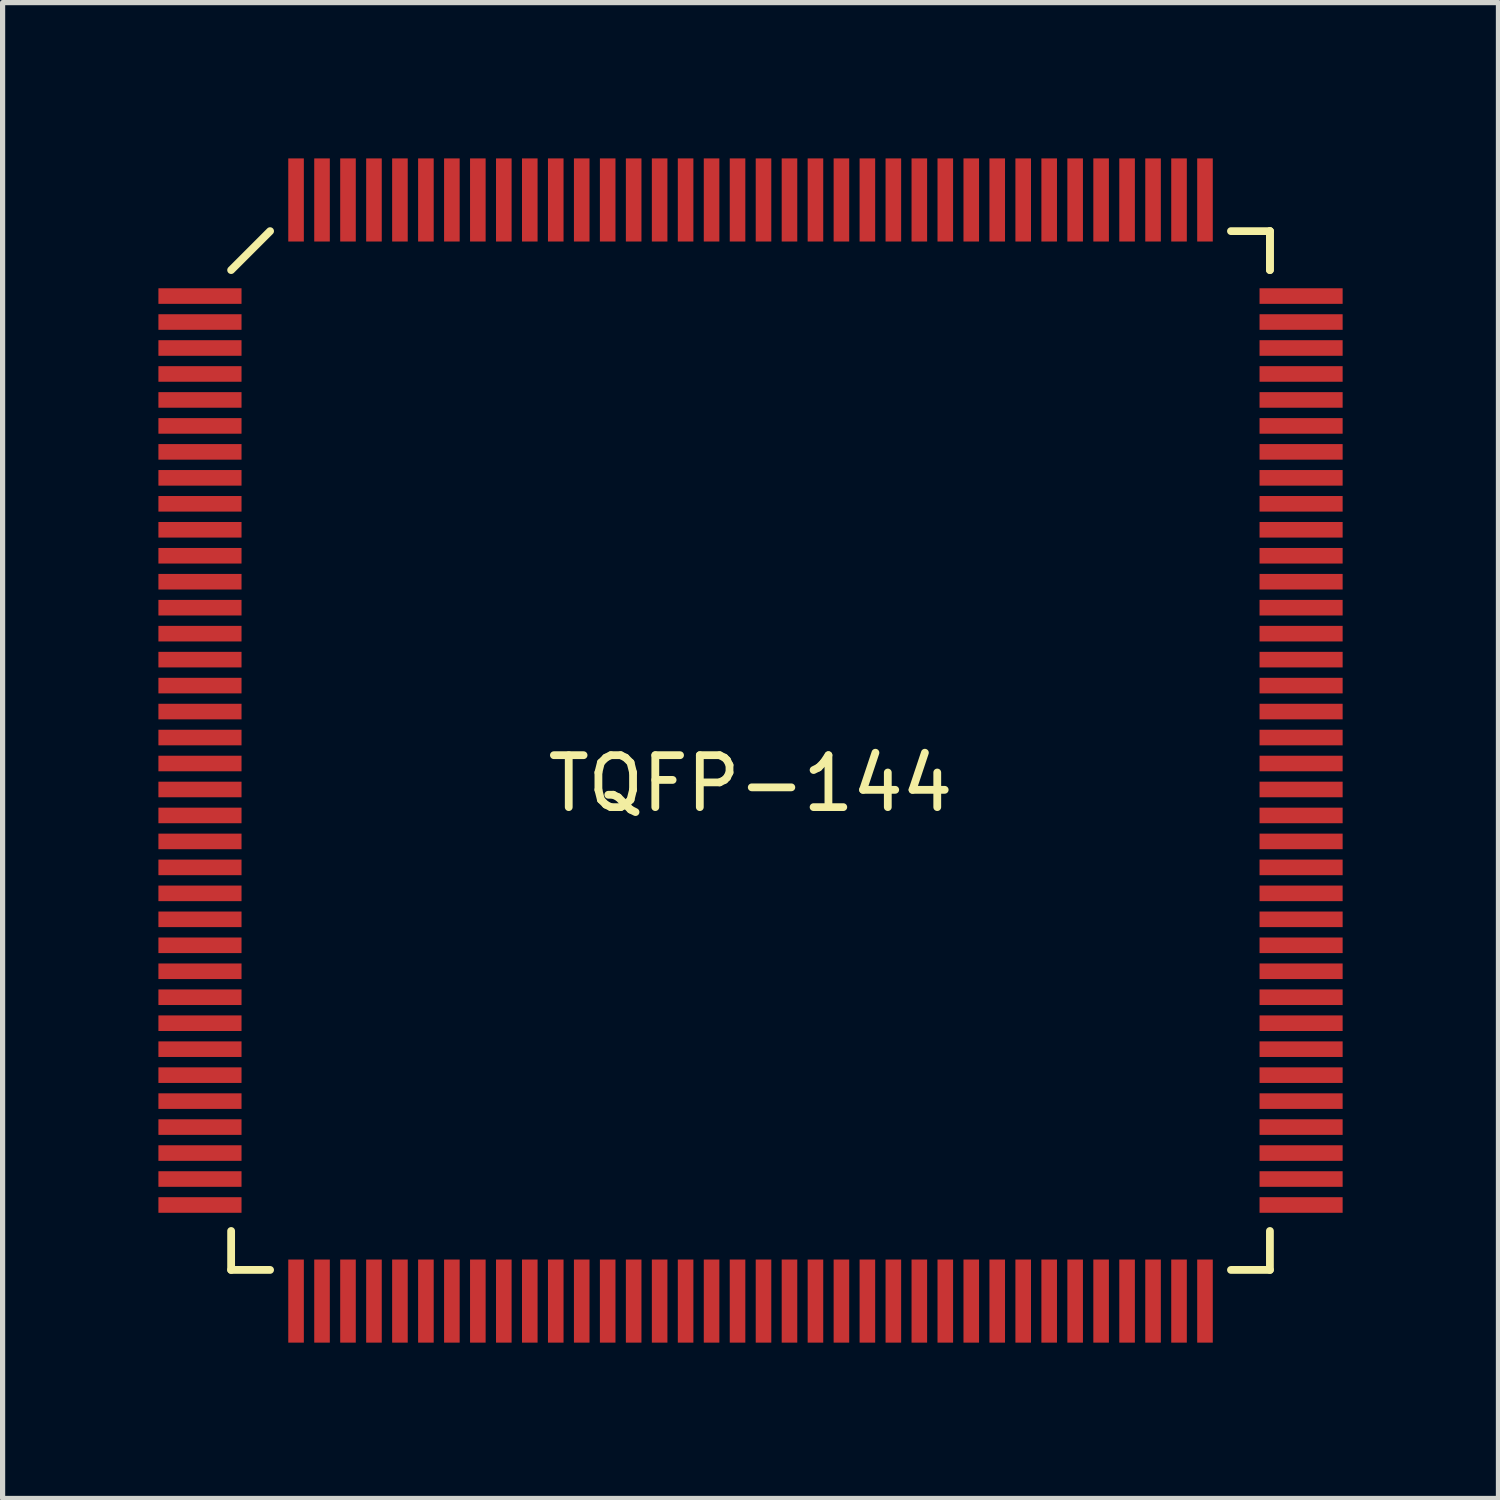
<source format=kicad_pcb>
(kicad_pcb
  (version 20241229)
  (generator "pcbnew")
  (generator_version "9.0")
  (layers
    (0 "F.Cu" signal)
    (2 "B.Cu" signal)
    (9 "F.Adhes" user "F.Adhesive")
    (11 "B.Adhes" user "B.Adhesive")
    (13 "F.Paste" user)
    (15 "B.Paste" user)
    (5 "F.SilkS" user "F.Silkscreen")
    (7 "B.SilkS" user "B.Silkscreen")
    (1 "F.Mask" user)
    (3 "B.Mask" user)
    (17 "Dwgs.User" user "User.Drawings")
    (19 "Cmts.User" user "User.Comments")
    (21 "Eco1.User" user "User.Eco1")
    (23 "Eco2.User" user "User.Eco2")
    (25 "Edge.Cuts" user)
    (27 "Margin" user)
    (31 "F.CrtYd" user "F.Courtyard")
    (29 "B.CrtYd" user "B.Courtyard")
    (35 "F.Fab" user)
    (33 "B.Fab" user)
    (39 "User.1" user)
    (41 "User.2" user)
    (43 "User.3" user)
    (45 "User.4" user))
  (footprint "TQFP-144"
    (layer "F.Cu")
    (at 11.4 11.4)
    (property "Reference" "TQFP-144" (at 0 0.635 0) (layer "F.SilkS") (effects (font (size 1 1) (thickness 0.15))))
    (attr through_hole)
    (fp_line (start -10 9.25) (end -10 10) (stroke (width 0.15) (type solid)) (layer "F.SilkS"))
    (fp_line (start -10 10) (end -9.25 10) (stroke (width 0.15) (type solid)) (layer "F.SilkS"))
    (fp_line (start -9.25 -10) (end -10 -9.25) (stroke (width 0.15) (type solid)) (layer "F.SilkS"))
    (fp_line (start 9.25 10) (end 10 10) (stroke (width 0.15) (type solid)) (layer "F.SilkS"))
    (fp_line (start 10 -10) (end 9.25 -10) (stroke (width 0.15) (type solid)) (layer "F.SilkS"))
    (fp_line (start 10 -10) (end 10 -9.25) (stroke (width 0.15) (type solid)) (layer "F.SilkS"))
    (fp_line (start 10 -9.25) (end 10 -10) (stroke (width 0.15) (type solid)) (layer "F.SilkS"))
    (fp_line (start 10 10) (end 10 9.25) (stroke (width 0.15) (type solid)) (layer "F.SilkS"))
    (pad "1" smd rect (at -10.6 -8.75) (size 1.6 0.3) (layers "F.Cu" "F.Mask" "F.Paste"))
    (pad "2" smd rect (at -10.6 -8.25) (size 1.6 0.3) (layers "F.Cu" "F.Mask" "F.Paste"))
    (pad "3" smd rect (at -10.6 -7.75) (size 1.6 0.3) (layers "F.Cu" "F.Mask" "F.Paste"))
    (pad "4" smd rect (at -10.6 -7.25) (size 1.6 0.3) (layers "F.Cu" "F.Mask" "F.Paste"))
    (pad "5" smd rect (at -10.6 -6.75) (size 1.6 0.3) (layers "F.Cu" "F.Mask" "F.Paste"))
    (pad "6" smd rect (at -10.6 -6.25) (size 1.6 0.3) (layers "F.Cu" "F.Mask" "F.Paste"))
    (pad "7" smd rect (at -10.6 -5.75) (size 1.6 0.3) (layers "F.Cu" "F.Mask" "F.Paste"))
    (pad "8" smd rect (at -10.6 -5.25) (size 1.6 0.3) (layers "F.Cu" "F.Mask" "F.Paste"))
    (pad "9" smd rect (at -10.6 -4.75) (size 1.6 0.3) (layers "F.Cu" "F.Mask" "F.Paste"))
    (pad "10" smd rect (at -10.6 -4.25) (size 1.6 0.3) (layers "F.Cu" "F.Mask" "F.Paste"))
    (pad "11" smd rect (at -10.6 -3.75) (size 1.6 0.3) (layers "F.Cu" "F.Mask" "F.Paste"))
    (pad "12" smd rect (at -10.6 -3.25) (size 1.6 0.3) (layers "F.Cu" "F.Mask" "F.Paste"))
    (pad "13" smd rect (at -10.6 -2.75) (size 1.6 0.3) (layers "F.Cu" "F.Mask" "F.Paste"))
    (pad "14" smd rect (at -10.6 -2.25) (size 1.6 0.3) (layers "F.Cu" "F.Mask" "F.Paste"))
    (pad "15" smd rect (at -10.6 -1.75) (size 1.6 0.3) (layers "F.Cu" "F.Mask" "F.Paste"))
    (pad "16" smd rect (at -10.6 -1.25) (size 1.6 0.3) (layers "F.Cu" "F.Mask" "F.Paste"))
    (pad "17" smd rect (at -10.6 -0.75) (size 1.6 0.3) (layers "F.Cu" "F.Mask" "F.Paste"))
    (pad "18" smd rect (at -10.6 -0.25) (size 1.6 0.3) (layers "F.Cu" "F.Mask" "F.Paste"))
    (pad "19" smd rect (at -10.6 0.25) (size 1.6 0.3) (layers "F.Cu" "F.Mask" "F.Paste"))
    (pad "20" smd rect (at -10.6 0.75) (size 1.6 0.3) (layers "F.Cu" "F.Mask" "F.Paste"))
    (pad "21" smd rect (at -10.6 1.25) (size 1.6 0.3) (layers "F.Cu" "F.Mask" "F.Paste"))
    (pad "22" smd rect (at -10.6 1.75) (size 1.6 0.3) (layers "F.Cu" "F.Mask" "F.Paste"))
    (pad "23" smd rect (at -10.6 2.25) (size 1.6 0.3) (layers "F.Cu" "F.Mask" "F.Paste"))
    (pad "24" smd rect (at -10.6 2.75) (size 1.6 0.3) (layers "F.Cu" "F.Mask" "F.Paste"))
    (pad "25" smd rect (at -10.6 3.25) (size 1.6 0.3) (layers "F.Cu" "F.Mask" "F.Paste"))
    (pad "26" smd rect (at -10.6 3.75) (size 1.6 0.3) (layers "F.Cu" "F.Mask" "F.Paste"))
    (pad "27" smd rect (at -10.6 4.25) (size 1.6 0.3) (layers "F.Cu" "F.Mask" "F.Paste"))
    (pad "28" smd rect (at -10.6 4.75) (size 1.6 0.3) (layers "F.Cu" "F.Mask" "F.Paste"))
    (pad "29" smd rect (at -10.6 5.25) (size 1.6 0.3) (layers "F.Cu" "F.Mask" "F.Paste"))
    (pad "30" smd rect (at -10.6 5.75) (size 1.6 0.3) (layers "F.Cu" "F.Mask" "F.Paste"))
    (pad "31" smd rect (at -10.6 6.25) (size 1.6 0.3) (layers "F.Cu" "F.Mask" "F.Paste"))
    (pad "32" smd rect (at -10.6 6.75) (size 1.6 0.3) (layers "F.Cu" "F.Mask" "F.Paste"))
    (pad "33" smd rect (at -10.6 7.25) (size 1.6 0.3) (layers "F.Cu" "F.Mask" "F.Paste"))
    (pad "34" smd rect (at -10.6 7.75) (size 1.6 0.3) (layers "F.Cu" "F.Mask" "F.Paste"))
    (pad "35" smd rect (at -10.6 8.25) (size 1.6 0.3) (layers "F.Cu" "F.Mask" "F.Paste"))
    (pad "36" smd rect (at -10.6 8.75) (size 1.6 0.3) (layers "F.Cu" "F.Mask" "F.Paste"))
    (pad "37" smd rect (at -8.75 10.6) (size 0.3 1.6) (layers "F.Cu" "F.Mask" "F.Paste"))
    (pad "38" smd rect (at -8.25 10.6) (size 0.3 1.6) (layers "F.Cu" "F.Mask" "F.Paste"))
    (pad "39" smd rect (at -7.75 10.6) (size 0.3 1.6) (layers "F.Cu" "F.Mask" "F.Paste"))
    (pad "40" smd rect (at -7.25 10.6) (size 0.3 1.6) (layers "F.Cu" "F.Mask" "F.Paste"))
    (pad "41" smd rect (at -6.75 10.6) (size 0.3 1.6) (layers "F.Cu" "F.Mask" "F.Paste"))
    (pad "42" smd rect (at -6.25 10.6) (size 0.3 1.6) (layers "F.Cu" "F.Mask" "F.Paste"))
    (pad "43" smd rect (at -5.75 10.6) (size 0.3 1.6) (layers "F.Cu" "F.Mask" "F.Paste"))
    (pad "44" smd rect (at -5.25 10.6) (size 0.3 1.6) (layers "F.Cu" "F.Mask" "F.Paste"))
    (pad "45" smd rect (at -4.75 10.6) (size 0.3 1.6) (layers "F.Cu" "F.Mask" "F.Paste"))
    (pad "46" smd rect (at -4.25 10.6) (size 0.3 1.6) (layers "F.Cu" "F.Mask" "F.Paste"))
    (pad "47" smd rect (at -3.75 10.6) (size 0.3 1.6) (layers "F.Cu" "F.Mask" "F.Paste"))
    (pad "48" smd rect (at -3.25 10.6) (size 0.3 1.6) (layers "F.Cu" "F.Mask" "F.Paste"))
    (pad "49" smd rect (at -2.75 10.6) (size 0.3 1.6) (layers "F.Cu" "F.Mask" "F.Paste"))
    (pad "50" smd rect (at -2.25 10.6) (size 0.3 1.6) (layers "F.Cu" "F.Mask" "F.Paste"))
    (pad "51" smd rect (at -1.75 10.6) (size 0.3 1.6) (layers "F.Cu" "F.Mask" "F.Paste"))
    (pad "52" smd rect (at -1.25 10.6) (size 0.3 1.6) (layers "F.Cu" "F.Mask" "F.Paste"))
    (pad "53" smd rect (at -0.75 10.6) (size 0.3 1.6) (layers "F.Cu" "F.Mask" "F.Paste"))
    (pad "54" smd rect (at -0.25 10.6) (size 0.3 1.6) (layers "F.Cu" "F.Mask" "F.Paste"))
    (pad "55" smd rect (at 0.25 10.6) (size 0.3 1.6) (layers "F.Cu" "F.Mask" "F.Paste"))
    (pad "56" smd rect (at 0.75 10.6) (size 0.3 1.6) (layers "F.Cu" "F.Mask" "F.Paste"))
    (pad "57" smd rect (at 1.25 10.6) (size 0.3 1.6) (layers "F.Cu" "F.Mask" "F.Paste"))
    (pad "58" smd rect (at 1.75 10.6) (size 0.3 1.6) (layers "F.Cu" "F.Mask" "F.Paste"))
    (pad "59" smd rect (at 2.25 10.6) (size 0.3 1.6) (layers "F.Cu" "F.Mask" "F.Paste"))
    (pad "60" smd rect (at 2.75 10.6) (size 0.3 1.6) (layers "F.Cu" "F.Mask" "F.Paste"))
    (pad "61" smd rect (at 3.25 10.6) (size 0.3 1.6) (layers "F.Cu" "F.Mask" "F.Paste"))
    (pad "62" smd rect (at 3.75 10.6) (size 0.3 1.6) (layers "F.Cu" "F.Mask" "F.Paste"))
    (pad "63" smd rect (at 4.25 10.6) (size 0.3 1.6) (layers "F.Cu" "F.Mask" "F.Paste"))
    (pad "64" smd rect (at 4.75 10.6) (size 0.3 1.6) (layers "F.Cu" "F.Mask" "F.Paste"))
    (pad "65" smd rect (at 5.25 10.6) (size 0.3 1.6) (layers "F.Cu" "F.Mask" "F.Paste"))
    (pad "66" smd rect (at 5.75 10.6) (size 0.3 1.6) (layers "F.Cu" "F.Mask" "F.Paste"))
    (pad "67" smd rect (at 6.25 10.6) (size 0.3 1.6) (layers "F.Cu" "F.Mask" "F.Paste"))
    (pad "68" smd rect (at 6.75 10.6) (size 0.3 1.6) (layers "F.Cu" "F.Mask" "F.Paste"))
    (pad "69" smd rect (at 7.25 10.6) (size 0.3 1.6) (layers "F.Cu" "F.Mask" "F.Paste"))
    (pad "70" smd rect (at 7.75 10.6) (size 0.3 1.6) (layers "F.Cu" "F.Mask" "F.Paste"))
    (pad "71" smd rect (at 8.25 10.6) (size 0.3 1.6) (layers "F.Cu" "F.Mask" "F.Paste"))
    (pad "72" smd rect (at 8.75 10.6) (size 0.3 1.6) (layers "F.Cu" "F.Mask" "F.Paste"))
    (pad "73" smd rect (at 10.6 8.75) (size 1.6 0.3) (layers "F.Cu" "F.Mask" "F.Paste"))
    (pad "74" smd rect (at 10.6 8.25) (size 1.6 0.3) (layers "F.Cu" "F.Mask" "F.Paste"))
    (pad "75" smd rect (at 10.6 7.75) (size 1.6 0.3) (layers "F.Cu" "F.Mask" "F.Paste"))
    (pad "76" smd rect (at 10.6 7.25) (size 1.6 0.3) (layers "F.Cu" "F.Mask" "F.Paste"))
    (pad "77" smd rect (at 10.6 6.75) (size 1.6 0.3) (layers "F.Cu" "F.Mask" "F.Paste"))
    (pad "78" smd rect (at 10.6 6.25) (size 1.6 0.3) (layers "F.Cu" "F.Mask" "F.Paste"))
    (pad "79" smd rect (at 10.6 5.75) (size 1.6 0.3) (layers "F.Cu" "F.Mask" "F.Paste"))
    (pad "80" smd rect (at 10.6 5.25) (size 1.6 0.3) (layers "F.Cu" "F.Mask" "F.Paste"))
    (pad "81" smd rect (at 10.6 4.75) (size 1.6 0.3) (layers "F.Cu" "F.Mask" "F.Paste"))
    (pad "82" smd rect (at 10.6 4.25) (size 1.6 0.3) (layers "F.Cu" "F.Mask" "F.Paste"))
    (pad "83" smd rect (at 10.6 3.75) (size 1.6 0.3) (layers "F.Cu" "F.Mask" "F.Paste"))
    (pad "84" smd rect (at 10.6 3.25) (size 1.6 0.3) (layers "F.Cu" "F.Mask" "F.Paste"))
    (pad "85" smd rect (at 10.6 2.75) (size 1.6 0.3) (layers "F.Cu" "F.Mask" "F.Paste"))
    (pad "86" smd rect (at 10.6 2.25) (size 1.6 0.3) (layers "F.Cu" "F.Mask" "F.Paste"))
    (pad "87" smd rect (at 10.6 1.75) (size 1.6 0.3) (layers "F.Cu" "F.Mask" "F.Paste"))
    (pad "88" smd rect (at 10.6 1.25) (size 1.6 0.3) (layers "F.Cu" "F.Mask" "F.Paste"))
    (pad "89" smd rect (at 10.6 0.75) (size 1.6 0.3) (layers "F.Cu" "F.Mask" "F.Paste"))
    (pad "90" smd rect (at 10.6 0.25) (size 1.6 0.3) (layers "F.Cu" "F.Mask" "F.Paste"))
    (pad "91" smd rect (at 10.6 -0.25) (size 1.6 0.3) (layers "F.Cu" "F.Mask" "F.Paste"))
    (pad "92" smd rect (at 10.6 -0.75) (size 1.6 0.3) (layers "F.Cu" "F.Mask" "F.Paste"))
    (pad "93" smd rect (at 10.6 -1.25) (size 1.6 0.3) (layers "F.Cu" "F.Mask" "F.Paste"))
    (pad "94" smd rect (at 10.6 -1.75) (size 1.6 0.3) (layers "F.Cu" "F.Mask" "F.Paste"))
    (pad "95" smd rect (at 10.6 -2.25) (size 1.6 0.3) (layers "F.Cu" "F.Mask" "F.Paste"))
    (pad "96" smd rect (at 10.6 -2.75) (size 1.6 0.3) (layers "F.Cu" "F.Mask" "F.Paste"))
    (pad "97" smd rect (at 10.6 -3.25) (size 1.6 0.3) (layers "F.Cu" "F.Mask" "F.Paste"))
    (pad "98" smd rect (at 10.6 -3.75) (size 1.6 0.3) (layers "F.Cu" "F.Mask" "F.Paste"))
    (pad "99" smd rect (at 10.6 -4.25) (size 1.6 0.3) (layers "F.Cu" "F.Mask" "F.Paste"))
    (pad "100" smd rect (at 10.6 -4.75) (size 1.6 0.3) (layers "F.Cu" "F.Mask" "F.Paste"))
    (pad "101" smd rect (at 10.6 -5.25) (size 1.6 0.3) (layers "F.Cu" "F.Mask" "F.Paste"))
    (pad "102" smd rect (at 10.6 -5.75) (size 1.6 0.3) (layers "F.Cu" "F.Mask" "F.Paste"))
    (pad "103" smd rect (at 10.6 -6.25) (size 1.6 0.3) (layers "F.Cu" "F.Mask" "F.Paste"))
    (pad "104" smd rect (at 10.6 -6.75) (size 1.6 0.3) (layers "F.Cu" "F.Mask" "F.Paste"))
    (pad "105" smd rect (at 10.6 -7.25) (size 1.6 0.3) (layers "F.Cu" "F.Mask" "F.Paste"))
    (pad "106" smd rect (at 10.6 -7.75) (size 1.6 0.3) (layers "F.Cu" "F.Mask" "F.Paste"))
    (pad "107" smd rect (at 10.6 -8.25) (size 1.6 0.3) (layers "F.Cu" "F.Mask" "F.Paste"))
    (pad "108" smd rect (at 10.6 -8.75) (size 1.6 0.3) (layers "F.Cu" "F.Mask" "F.Paste"))
    (pad "109" smd rect (at 8.75 -10.6) (size 0.3 1.6) (layers "F.Cu" "F.Mask" "F.Paste"))
    (pad "110" smd rect (at 8.25 -10.6) (size 0.3 1.6) (layers "F.Cu" "F.Mask" "F.Paste"))
    (pad "111" smd rect (at 7.75 -10.6) (size 0.3 1.6) (layers "F.Cu" "F.Mask" "F.Paste"))
    (pad "112" smd rect (at 7.25 -10.6) (size 0.3 1.6) (layers "F.Cu" "F.Mask" "F.Paste"))
    (pad "113" smd rect (at 6.75 -10.6) (size 0.3 1.6) (layers "F.Cu" "F.Mask" "F.Paste"))
    (pad "114" smd rect (at 6.25 -10.6) (size 0.3 1.6) (layers "F.Cu" "F.Mask" "F.Paste"))
    (pad "115" smd rect (at 5.75 -10.6) (size 0.3 1.6) (layers "F.Cu" "F.Mask" "F.Paste"))
    (pad "116" smd rect (at 5.25 -10.6) (size 0.3 1.6) (layers "F.Cu" "F.Mask" "F.Paste"))
    (pad "117" smd rect (at 4.75 -10.6) (size 0.3 1.6) (layers "F.Cu" "F.Mask" "F.Paste"))
    (pad "118" smd rect (at 4.25 -10.6) (size 0.3 1.6) (layers "F.Cu" "F.Mask" "F.Paste"))
    (pad "119" smd rect (at 3.75 -10.6) (size 0.3 1.6) (layers "F.Cu" "F.Mask" "F.Paste"))
    (pad "120" smd rect (at 3.25 -10.6) (size 0.3 1.6) (layers "F.Cu" "F.Mask" "F.Paste"))
    (pad "121" smd rect (at 2.75 -10.6) (size 0.3 1.6) (layers "F.Cu" "F.Mask" "F.Paste"))
    (pad "122" smd rect (at 2.25 -10.6) (size 0.3 1.6) (layers "F.Cu" "F.Mask" "F.Paste"))
    (pad "123" smd rect (at 1.75 -10.6) (size 0.3 1.6) (layers "F.Cu" "F.Mask" "F.Paste"))
    (pad "124" smd rect (at 1.25 -10.6) (size 0.3 1.6) (layers "F.Cu" "F.Mask" "F.Paste"))
    (pad "125" smd rect (at 0.75 -10.6) (size 0.3 1.6) (layers "F.Cu" "F.Mask" "F.Paste"))
    (pad "126" smd rect (at 0.25 -10.6) (size 0.3 1.6) (layers "F.Cu" "F.Mask" "F.Paste"))
    (pad "127" smd rect (at -0.25 -10.6) (size 0.3 1.6) (layers "F.Cu" "F.Mask" "F.Paste"))
    (pad "128" smd rect (at -0.75 -10.6) (size 0.3 1.6) (layers "F.Cu" "F.Mask" "F.Paste"))
    (pad "129" smd rect (at -1.25 -10.6) (size 0.3 1.6) (layers "F.Cu" "F.Mask" "F.Paste"))
    (pad "130" smd rect (at -1.75 -10.6) (size 0.3 1.6) (layers "F.Cu" "F.Mask" "F.Paste"))
    (pad "131" smd rect (at -2.25 -10.6) (size 0.3 1.6) (layers "F.Cu" "F.Mask" "F.Paste"))
    (pad "132" smd rect (at -2.75 -10.6) (size 0.3 1.6) (layers "F.Cu" "F.Mask" "F.Paste"))
    (pad "133" smd rect (at -3.25 -10.6) (size 0.3 1.6) (layers "F.Cu" "F.Mask" "F.Paste"))
    (pad "134" smd rect (at -3.75 -10.6) (size 0.3 1.6) (layers "F.Cu" "F.Mask" "F.Paste"))
    (pad "135" smd rect (at -4.25 -10.6) (size 0.3 1.6) (layers "F.Cu" "F.Mask" "F.Paste"))
    (pad "136" smd rect (at -4.75 -10.6) (size 0.3 1.6) (layers "F.Cu" "F.Mask" "F.Paste"))
    (pad "137" smd rect (at -5.25 -10.6) (size 0.3 1.6) (layers "F.Cu" "F.Mask" "F.Paste"))
    (pad "138" smd rect (at -5.75 -10.6) (size 0.3 1.6) (layers "F.Cu" "F.Mask" "F.Paste"))
    (pad "139" smd rect (at -6.25 -10.6) (size 0.3 1.6) (layers "F.Cu" "F.Mask" "F.Paste"))
    (pad "140" smd rect (at -6.75 -10.6) (size 0.3 1.6) (layers "F.Cu" "F.Mask" "F.Paste"))
    (pad "141" smd rect (at -7.25 -10.6) (size 0.3 1.6) (layers "F.Cu" "F.Mask" "F.Paste"))
    (pad "142" smd rect (at -7.75 -10.6) (size 0.3 1.6) (layers "F.Cu" "F.Mask" "F.Paste"))
    (pad "143" smd rect (at -8.25 -10.6) (size 0.3 1.6) (layers "F.Cu" "F.Mask" "F.Paste"))
    (pad "144" smd rect (at -8.75 -10.6) (size 0.3 1.6) (layers "F.Cu" "F.Mask" "F.Paste")))
  (gr_rect
    (start -3 -3)
    (end 25.8 25.8)
    (stroke (width 0.1) (type default))
    (fill no)
    (layer "Edge.Cuts")))
</source>
